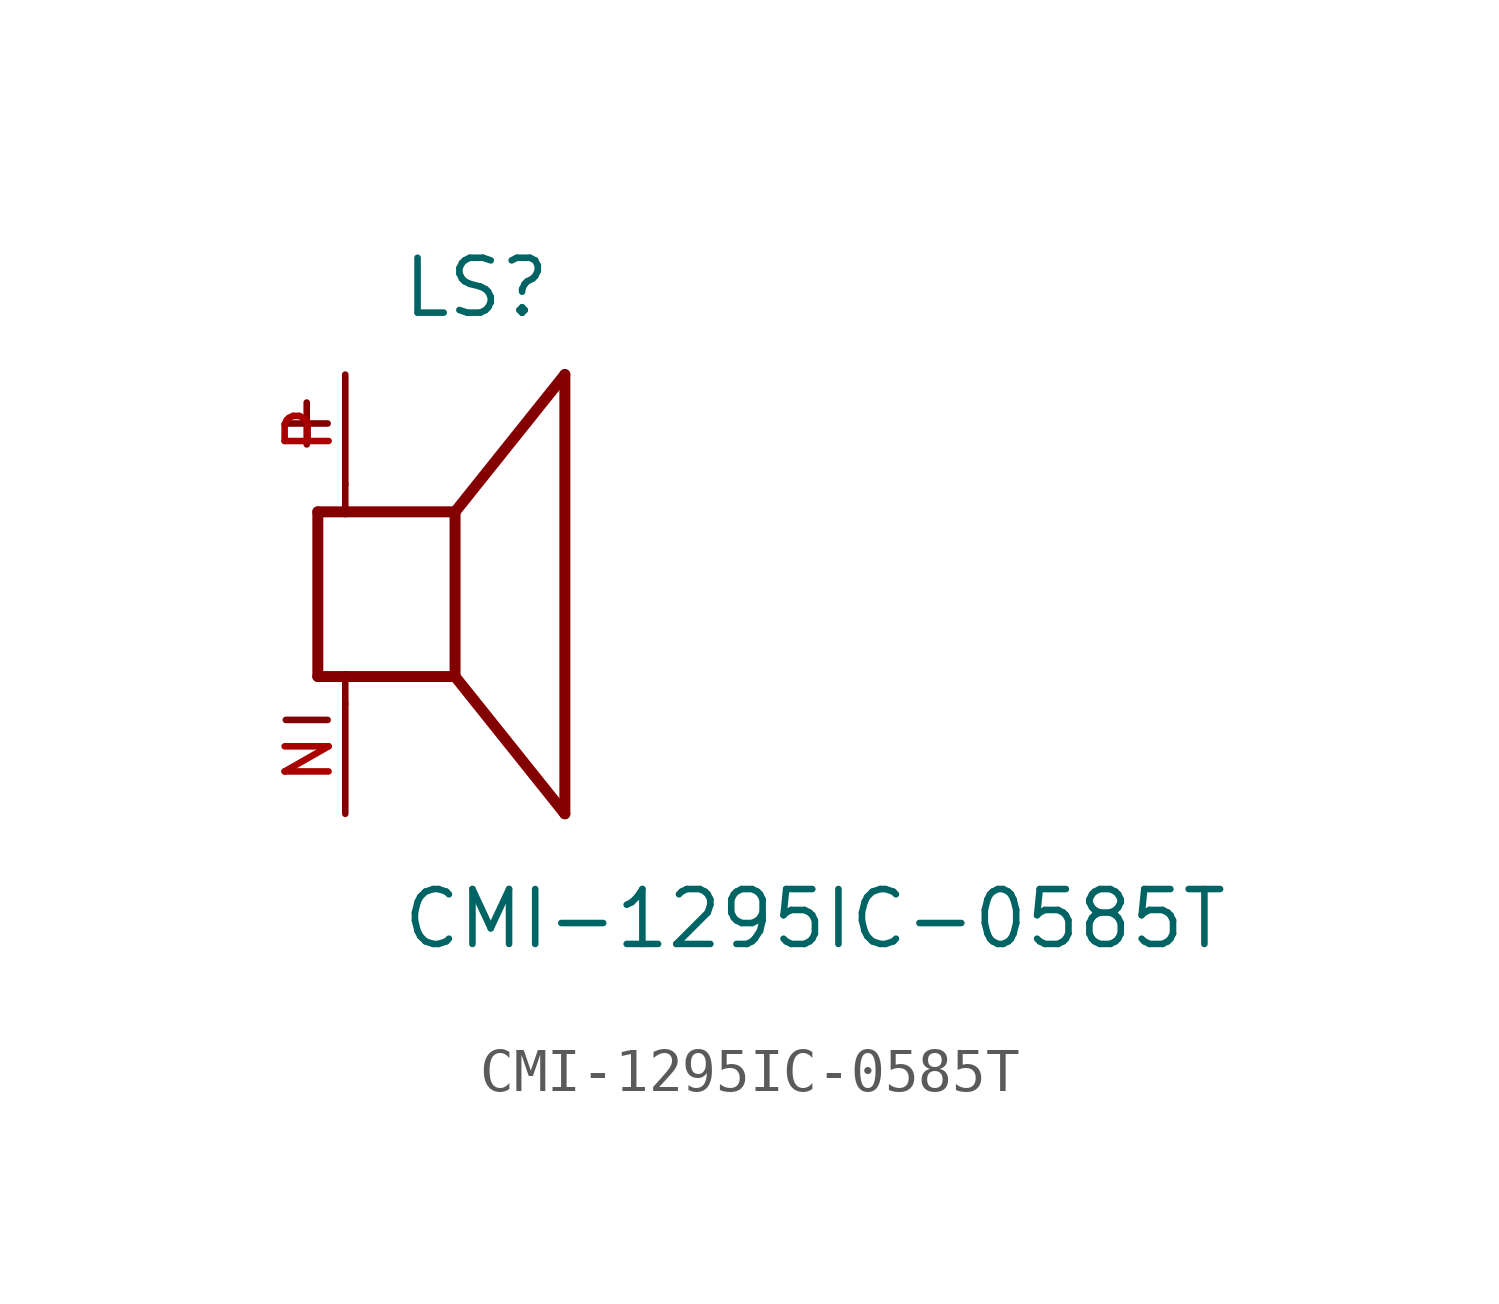
<source format=kicad_sym>
(kicad_symbol_lib
  (version 20211014)
  (generator kicad_symbol_editor)
  (symbol "CMI-1295IC-0585T"
    (pin_names
      (offset 1.016))
    (property "Reference" "LS"
      (at -1.27 6.35 0)
      (effects (font (size 1.27 1.27)) (justify bottom left)))
    (property "Value" "CMI-1295IC-0585T"
      (at -1.27 -8.255 0)
      (effects (font (size 1.27 1.27)) (justify bottom left)))
    (symbol "CMI-1295IC-0585T_0_0"
      (polyline (pts (xy -3.175 1.905) (xy -3.175 -1.905)) (stroke (width 0.254)))
      (polyline (pts (xy -3.175 -1.905) (xy -2.54 -1.905)) (stroke (width 0.254)))
      (polyline (pts (xy 0.0 -1.905) (xy 0.0 1.905)) (stroke (width 0.254)))
      (polyline (pts (xy -3.175 1.905) (xy -2.54 1.905)) (stroke (width 0.254)))
      (polyline (pts (xy 0.0 -1.905) (xy 2.54 -5.08)) (stroke (width 0.254)))
      (polyline (pts (xy 2.54 -5.08) (xy 2.54 5.08)) (stroke (width 0.254)))
      (polyline (pts (xy 0.0 1.905) (xy 2.54 5.08)) (stroke (width 0.254)))
      (polyline (pts (xy -2.54 -2.54) (xy -2.54 -1.905)) (stroke (width 0.152)))
      (polyline (pts (xy -2.54 -1.905) (xy 0.0 -1.905)) (stroke (width 0.254)))
      (polyline (pts (xy -2.54 2.54) (xy -2.54 1.905)) (stroke (width 0.152)))
      (polyline (pts (xy -2.54 1.905) (xy 0.0 1.905)) (stroke (width 0.254)))
      (text "+" (at -4.318 3.302 0) (effects (font (size 1.27 1.27)) (justify bottom left)))
      (text "-" (at -4.318 -3.556 0) (effects (font (size 1.27 1.27)) (justify bottom left)))
      (pin passive line (at -2.54 -5.08 90.0) (length 2.54) (name "~" (effects (font (size 1.016 1.016)))) (number "N" (effects (font (size 1.016 1.016)))))
      (pin passive line (at -2.54 5.08 270.0) (length 2.54) (name "~" (effects (font (size 1.016 1.016)))) (number "P" (effects (font (size 1.016 1.016))))))))
</source>
